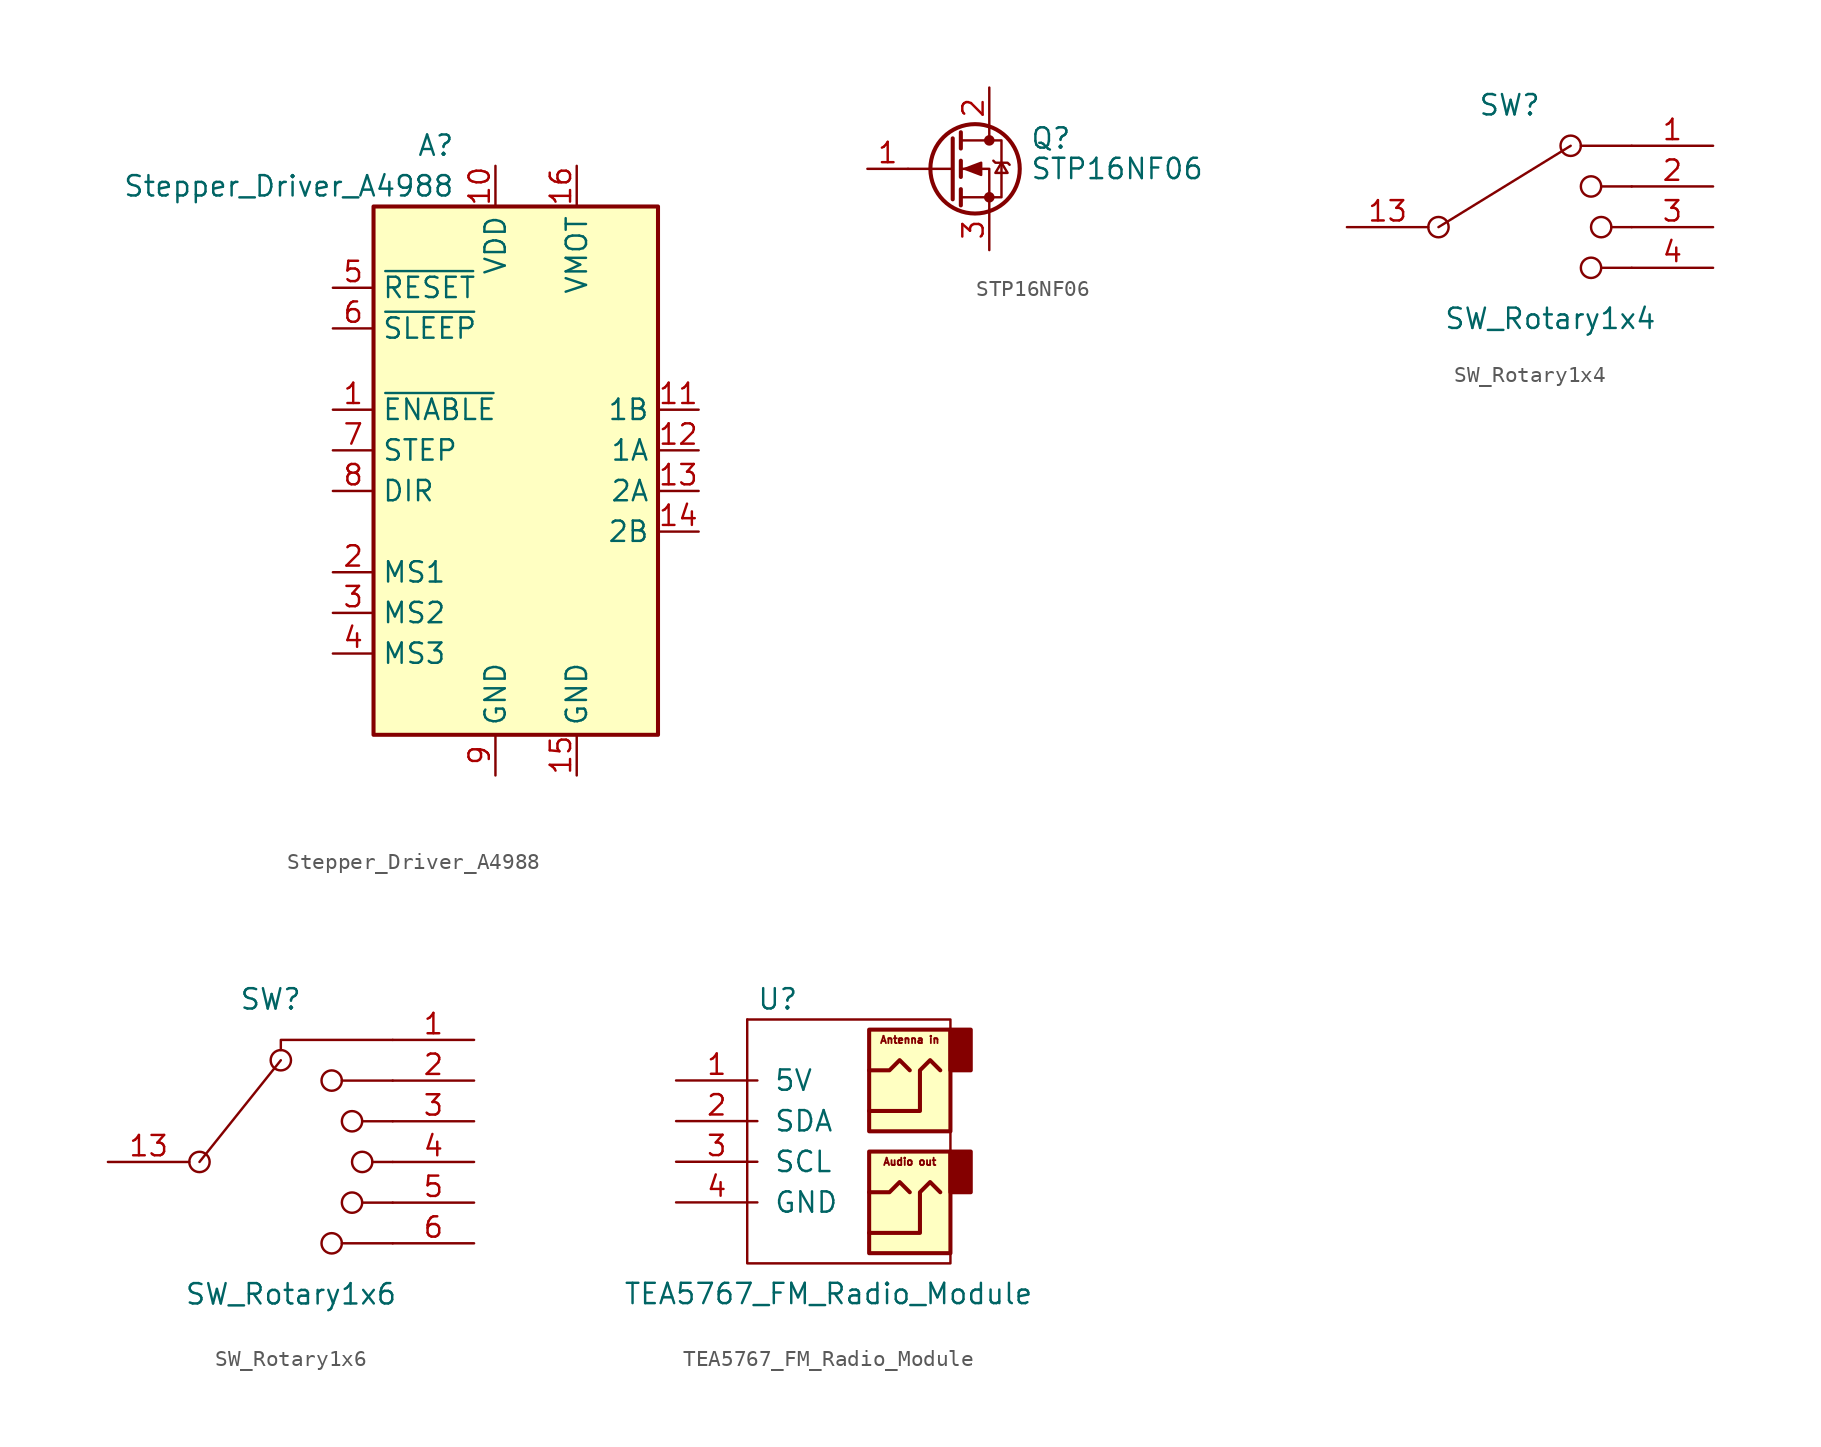
<source format=kicad_sym>
(kicad_symbol_lib
  (version 20231120)
  (generator "kicad_symbol_editor")
  (generator_version "8.0")
  (symbol "Stepper_Driver_A4988"
    (property "Reference" "A"
      (at -2.54 19.05 0)
      (effects (font (size 1.27 1.27)) (justify right)))
    (property "Value" "Stepper_Driver_A4988"
      (at -2.54 16.51 0)
      (effects (font (size 1.27 1.27)) (justify right)))
    (symbol "Stepper_Driver_A4988_0_1"
      (rectangle (start 10.16 -17.78) (end -7.62 15.24) (stroke (width 0.254) (type default)) (fill (type background))))
    (symbol "Stepper_Driver_A4988_1_1"
      (pin input line (at -10.16 2.54 0) (length 2.54) (name "~{ENABLE}" (effects (font (size 1.27 1.27)))) (number "1" (effects (font (size 1.27 1.27)))))
      (pin power_in line (at 0 17.78 270) (length 2.54) (name "VDD" (effects (font (size 1.27 1.27)))) (number "10" (effects (font (size 1.27 1.27)))))
      (pin output line (at 12.7 2.54 180) (length 2.54) (name "1B" (effects (font (size 1.27 1.27)))) (number "11" (effects (font (size 1.27 1.27)))))
      (pin output line (at 12.7 0 180) (length 2.54) (name "1A" (effects (font (size 1.27 1.27)))) (number "12" (effects (font (size 1.27 1.27)))))
      (pin output line (at 12.7 -2.54 180) (length 2.54) (name "2A" (effects (font (size 1.27 1.27)))) (number "13" (effects (font (size 1.27 1.27)))))
      (pin output line (at 12.7 -5.08 180) (length 2.54) (name "2B" (effects (font (size 1.27 1.27)))) (number "14" (effects (font (size 1.27 1.27)))))
      (pin power_in line (at 5.08 -20.32 90) (length 2.54) (name "GND" (effects (font (size 1.27 1.27)))) (number "15" (effects (font (size 1.27 1.27)))))
      (pin power_in line (at 5.08 17.78 270) (length 2.54) (name "VMOT" (effects (font (size 1.27 1.27)))) (number "16" (effects (font (size 1.27 1.27)))))
      (pin input line (at -10.16 -7.62 0) (length 2.54) (name "MS1" (effects (font (size 1.27 1.27)))) (number "2" (effects (font (size 1.27 1.27)))))
      (pin input line (at -10.16 -10.16 0) (length 2.54) (name "MS2" (effects (font (size 1.27 1.27)))) (number "3" (effects (font (size 1.27 1.27)))))
      (pin input line (at -10.16 -12.7 0) (length 2.54) (name "MS3" (effects (font (size 1.27 1.27)))) (number "4" (effects (font (size 1.27 1.27)))))
      (pin input line (at -10.16 10.16 0) (length 2.54) (name "~{RESET}" (effects (font (size 1.27 1.27)))) (number "5" (effects (font (size 1.27 1.27)))))
      (pin input line (at -10.16 7.62 0) (length 2.54) (name "~{SLEEP}" (effects (font (size 1.27 1.27)))) (number "6" (effects (font (size 1.27 1.27)))))
      (pin input line (at -10.16 0 0) (length 2.54) (name "STEP" (effects (font (size 1.27 1.27)))) (number "7" (effects (font (size 1.27 1.27)))))
      (pin input line (at -10.16 -2.54 0) (length 2.54) (name "DIR" (effects (font (size 1.27 1.27)))) (number "8" (effects (font (size 1.27 1.27)))))
      (pin power_in line (at 0 -20.32 90) (length 2.54) (name "GND" (effects (font (size 1.27 1.27)))) (number "9" (effects (font (size 1.27 1.27)))))))
  (symbol "STP16NF06"
    (pin_names hide)
    (property "Reference" "Q"
      (at 5.08 1.905 0)
      (effects (font (size 1.27 1.27)) (justify left)))
    (property "Value" "STP16NF06"
      (at 5.08 0 0)
      (effects (font (size 1.27 1.27)) (justify left)))
    (symbol "STP16NF06_0_1"
      (polyline (pts (xy 0.254 0) (xy -2.54 0)) (stroke (width 0) (type default)) (fill (type none)))
      (polyline (pts (xy 0.254 1.905) (xy 0.254 -1.905)) (stroke (width 0.254) (type default)) (fill (type none)))
      (polyline (pts (xy 0.762 -1.27) (xy 0.762 -2.286)) (stroke (width 0.254) (type default)) (fill (type none)))
      (polyline (pts (xy 0.762 0.508) (xy 0.762 -0.508)) (stroke (width 0.254) (type default)) (fill (type none)))
      (polyline (pts (xy 0.762 2.286) (xy 0.762 1.27)) (stroke (width 0.254) (type default)) (fill (type none)))
      (polyline (pts (xy 2.54 2.54) (xy 2.54 1.778)) (stroke (width 0) (type default)) (fill (type none)))
      (polyline (pts (xy 2.54 -2.54) (xy 2.54 0) (xy 0.762 0)) (stroke (width 0) (type default)) (fill (type none)))
      (polyline (pts (xy 0.762 -1.778) (xy 3.302 -1.778) (xy 3.302 1.778) (xy 0.762 1.778)) (stroke (width 0) (type default)) (fill (type none)))
      (polyline (pts (xy 1.016 0) (xy 2.032 0.381) (xy 2.032 -0.381) (xy 1.016 0)) (stroke (width 0) (type default)) (fill (type outline)))
      (polyline (pts (xy 2.794 0.508) (xy 2.921 0.381) (xy 3.683 0.381) (xy 3.81 0.254)) (stroke (width 0) (type default)) (fill (type none)))
      (polyline (pts (xy 3.302 0.381) (xy 2.921 -0.254) (xy 3.683 -0.254) (xy 3.302 0.381)) (stroke (width 0) (type default)) (fill (type none)))
      (circle (center 1.651 0) (radius 2.794) (stroke (width 0.254) (type default)) (fill (type none)))
      (circle (center 2.54 -1.778) (radius 0.254) (stroke (width 0) (type default)) (fill (type outline)))
      (circle (center 2.54 1.778) (radius 0.254) (stroke (width 0) (type default)) (fill (type outline))))
    (symbol "STP16NF06_1_1"
      (pin input line (at -5.08 0 0) (length 2.54) (name "G" (effects (font (size 1.27 1.27)))) (number "1" (effects (font (size 1.27 1.27)))))
      (pin passive line (at 2.54 5.08 270) (length 2.54) (name "D" (effects (font (size 1.27 1.27)))) (number "2" (effects (font (size 1.27 1.27)))))
      (pin passive line (at 2.54 -5.08 90) (length 2.54) (name "S" (effects (font (size 1.27 1.27)))) (number "3" (effects (font (size 1.27 1.27)))))))
  (symbol "SW_Rotary1x4"
    (pin_names
      (offset 1.016) hide)
    (property "Reference" "SW"
      (at 10.16 7.62 0)
      (effects (font (size 1.27 1.27))))
    (property "Value" "SW_Rotary1x4"
      (at 12.7 -5.715 0)
      (effects (font (size 1.27 1.27))))
    (symbol "SW_Rotary1x4_0_0"
      (polyline (pts (xy 5.715 0) (xy 13.97 5.08)) (stroke (width 0) (type default)) (fill (type none)))
      (polyline (pts (xy 14.605 5.08) (xy 17.78 5.08)) (stroke (width 0) (type default)) (fill (type none)))
      (polyline (pts (xy 15.875 -2.54) (xy 17.78 -2.54)) (stroke (width 0) (type default)) (fill (type none)))
      (polyline (pts (xy 15.875 2.54) (xy 17.78 2.54)) (stroke (width 0) (type default)) (fill (type none)))
      (polyline (pts (xy 16.51 0) (xy 17.78 0)) (stroke (width 0) (type default)) (fill (type none)))
      (circle (center 5.715 0) (radius 0.635) (stroke (width 0) (type default)) (fill (type none)))
      (circle (center 13.97 5.08) (radius 0.635) (stroke (width 0) (type default)) (fill (type none)))
      (circle (center 15.24 -2.54) (radius 0.635) (stroke (width 0) (type default)) (fill (type none)))
      (circle (center 15.24 2.54) (radius 0.635) (stroke (width 0) (type default)) (fill (type none)))
      (circle (center 15.875 0) (radius 0.635) (stroke (width 0) (type default)) (fill (type none))))
    (symbol "SW_Rotary1x4_0_1"
      (pin passive line (at 22.86 5.08 180) (length 5.08) (name "1" (effects (font (size 1.27 1.27)))) (number "1" (effects (font (size 1.27 1.27)))))
      (pin passive line (at 0 0 0) (length 5.08) (name "13" (effects (font (size 1.27 1.27)))) (number "13" (effects (font (size 1.27 1.27)))))
      (pin passive line (at 22.86 2.54 180) (length 5.08) (name "2" (effects (font (size 1.27 1.27)))) (number "2" (effects (font (size 1.27 1.27)))))
      (pin passive line (at 22.86 0 180) (length 5.08) (name "3" (effects (font (size 1.27 1.27)))) (number "3" (effects (font (size 1.27 1.27)))))
      (pin passive line (at 22.86 -2.54 180) (length 5.08) (name "4" (effects (font (size 1.27 1.27)))) (number "4" (effects (font (size 1.27 1.27)))))))
  (symbol "SW_Rotary1x6"
    (pin_names
      (offset 1.016) hide)
    (property "Reference" "SW"
      (at 0 17.78 0)
      (effects (font (size 1.27 1.27))))
    (property "Value" "SW_Rotary1x6"
      (at 1.27 -0.635 0)
      (effects (font (size 1.27 1.27))))
    (symbol "SW_Rotary1x6_0_0"
      (circle (center -4.445 7.62) (radius 0.635) (stroke (width 0) (type default)) (fill (type none)))
      (polyline (pts (xy -4.445 7.62) (xy 0.635 13.97)) (stroke (width 0) (type default)) (fill (type none)))
      (polyline (pts (xy 4.445 12.7) (xy 7.62 12.7)) (stroke (width 0) (type default)) (fill (type none)))
      (polyline (pts (xy 5.715 5.08) (xy 7.62 5.08)) (stroke (width 0) (type default)) (fill (type none)))
      (polyline (pts (xy 5.715 10.16) (xy 7.62 10.16)) (stroke (width 0) (type default)) (fill (type none)))
      (polyline (pts (xy 6.35 7.62) (xy 7.62 7.62)) (stroke (width 0) (type default)) (fill (type none)))
      (polyline (pts (xy 7.62 2.54) (xy 4.445 2.54)) (stroke (width 0) (type default)) (fill (type none)))
      (polyline (pts (xy 0.635 14.605) (xy 0.635 15.24) (xy 7.62 15.24)) (stroke (width 0) (type default)) (fill (type none)))
      (circle (center 0.635 13.97) (radius 0.635) (stroke (width 0) (type default)) (fill (type none)))
      (circle (center 3.81 2.54) (radius 0.635) (stroke (width 0) (type default)) (fill (type none)))
      (circle (center 3.81 12.7) (radius 0.635) (stroke (width 0) (type default)) (fill (type none)))
      (circle (center 5.08 5.08) (radius 0.635) (stroke (width 0) (type default)) (fill (type none)))
      (circle (center 5.08 10.16) (radius 0.635) (stroke (width 0) (type default)) (fill (type none)))
      (circle (center 5.715 7.62) (radius 0.635) (stroke (width 0) (type default)) (fill (type none))))
    (symbol "SW_Rotary1x6_0_1"
      (pin passive line (at 12.7 15.24 180) (length 5.08) (name "1" (effects (font (size 1.27 1.27)))) (number "1" (effects (font (size 1.27 1.27)))))
      (pin passive line (at -10.16 7.62 0) (length 5.08) (name "13" (effects (font (size 1.27 1.27)))) (number "13" (effects (font (size 1.27 1.27)))))
      (pin passive line (at 12.7 12.7 180) (length 5.08) (name "2" (effects (font (size 1.27 1.27)))) (number "2" (effects (font (size 1.27 1.27)))))
      (pin passive line (at 12.7 10.16 180) (length 5.08) (name "3" (effects (font (size 1.27 1.27)))) (number "3" (effects (font (size 1.27 1.27)))))
      (pin passive line (at 12.7 7.62 180) (length 5.08) (name "4" (effects (font (size 1.27 1.27)))) (number "4" (effects (font (size 1.27 1.27)))))
      (pin passive line (at 12.7 5.08 180) (length 5.08) (name "5" (effects (font (size 1.27 1.27)))) (number "5" (effects (font (size 1.27 1.27)))))
      (pin passive line (at 12.7 2.54 180) (length 5.08) (name "6" (effects (font (size 1.27 1.27)))) (number "6" (effects (font (size 1.27 1.27)))))))
  (symbol "TEA5767_FM_Radio_Module"
    (pin_names
      (offset 1.016))
    (property "Reference" "U"
      (at 6.35 5.08 0)
      (effects (font (size 1.27 1.27))))
    (property "Value" "TEA5767_FM_Radio_Module"
      (at 9.525 -13.335 0)
      (effects (font (size 1.27 1.27))))
    (symbol "TEA5767_FM_Radio_Module_0_0"
      (text "Antenna in" (at 14.605 2.54 0) (effects (font (size 0.457 0.457))))
      (text "Audio out" (at 14.605 -5.08 0) (effects (font (size 0.457 0.457)))))
    (symbol "TEA5767_FM_Radio_Module_0_1"
      (polyline (pts (xy 17.145 -4.445) (xy 17.145 -3.175)) (stroke (width 0) (type default)) (fill (type none)))
      (polyline (pts (xy 17.145 3.175) (xy 17.145 3.81) (xy 4.445 3.81)) (stroke (width 0) (type default)) (fill (type none)))
      (polyline (pts (xy 4.445 3.81) (xy 4.445 -11.43) (xy 17.145 -11.43) (xy 17.145 -10.795)) (stroke (width 0) (type default)) (fill (type none))))
    (symbol "TEA5767_FM_Radio_Module_1_1"
      (polyline (pts (xy 14.605 -6.985) (xy 13.97 -6.35) (xy 13.335 -6.985) (xy 12.065 -6.985)) (stroke (width 0.254) (type default)) (fill (type none)))
      (polyline (pts (xy 14.605 0.635) (xy 13.97 1.27) (xy 13.335 0.635) (xy 12.065 0.635)) (stroke (width 0.254) (type default)) (fill (type none)))
      (polyline (pts (xy 12.065 -9.525) (xy 15.24 -9.525) (xy 15.24 -6.985) (xy 15.875 -6.35) (xy 16.51 -6.985)) (stroke (width 0.254) (type default)) (fill (type none)))
      (polyline (pts (xy 12.065 -1.905) (xy 15.24 -1.905) (xy 15.24 0.635) (xy 15.875 1.27) (xy 16.51 0.635)) (stroke (width 0.254) (type default)) (fill (type none)))
      (rectangle (start 12.065 -10.795) (end 17.145 -4.445) (stroke (width 0.254) (type default)) (fill (type background)))
      (rectangle (start 12.065 -3.175) (end 17.145 3.175) (stroke (width 0.254) (type default)) (fill (type background)))
      (rectangle (start 17.145 -4.445) (end 18.415 -6.985) (stroke (width 0.254) (type default)) (fill (type outline)))
      (rectangle (start 17.145 3.175) (end 18.415 0.635) (stroke (width 0.254) (type default)) (fill (type outline)))
      (pin power_in line (at 0 0 0) (length 5.08) (name "5V" (effects (font (size 1.27 1.27)))) (number "1" (effects (font (size 1.27 1.27)))))
      (pin bidirectional line (at 0 -2.54 0) (length 5.08) (name "SDA" (effects (font (size 1.27 1.27)))) (number "2" (effects (font (size 1.27 1.27)))))
      (pin bidirectional line (at 0 -5.08 0) (length 5.08) (name "SCL" (effects (font (size 1.27 1.27)))) (number "3" (effects (font (size 1.27 1.27)))))
      (pin power_in line (at 0 -7.62 0) (length 5.08) (name "GND" (effects (font (size 1.27 1.27)))) (number "4" (effects (font (size 1.27 1.27))))))))
</source>
